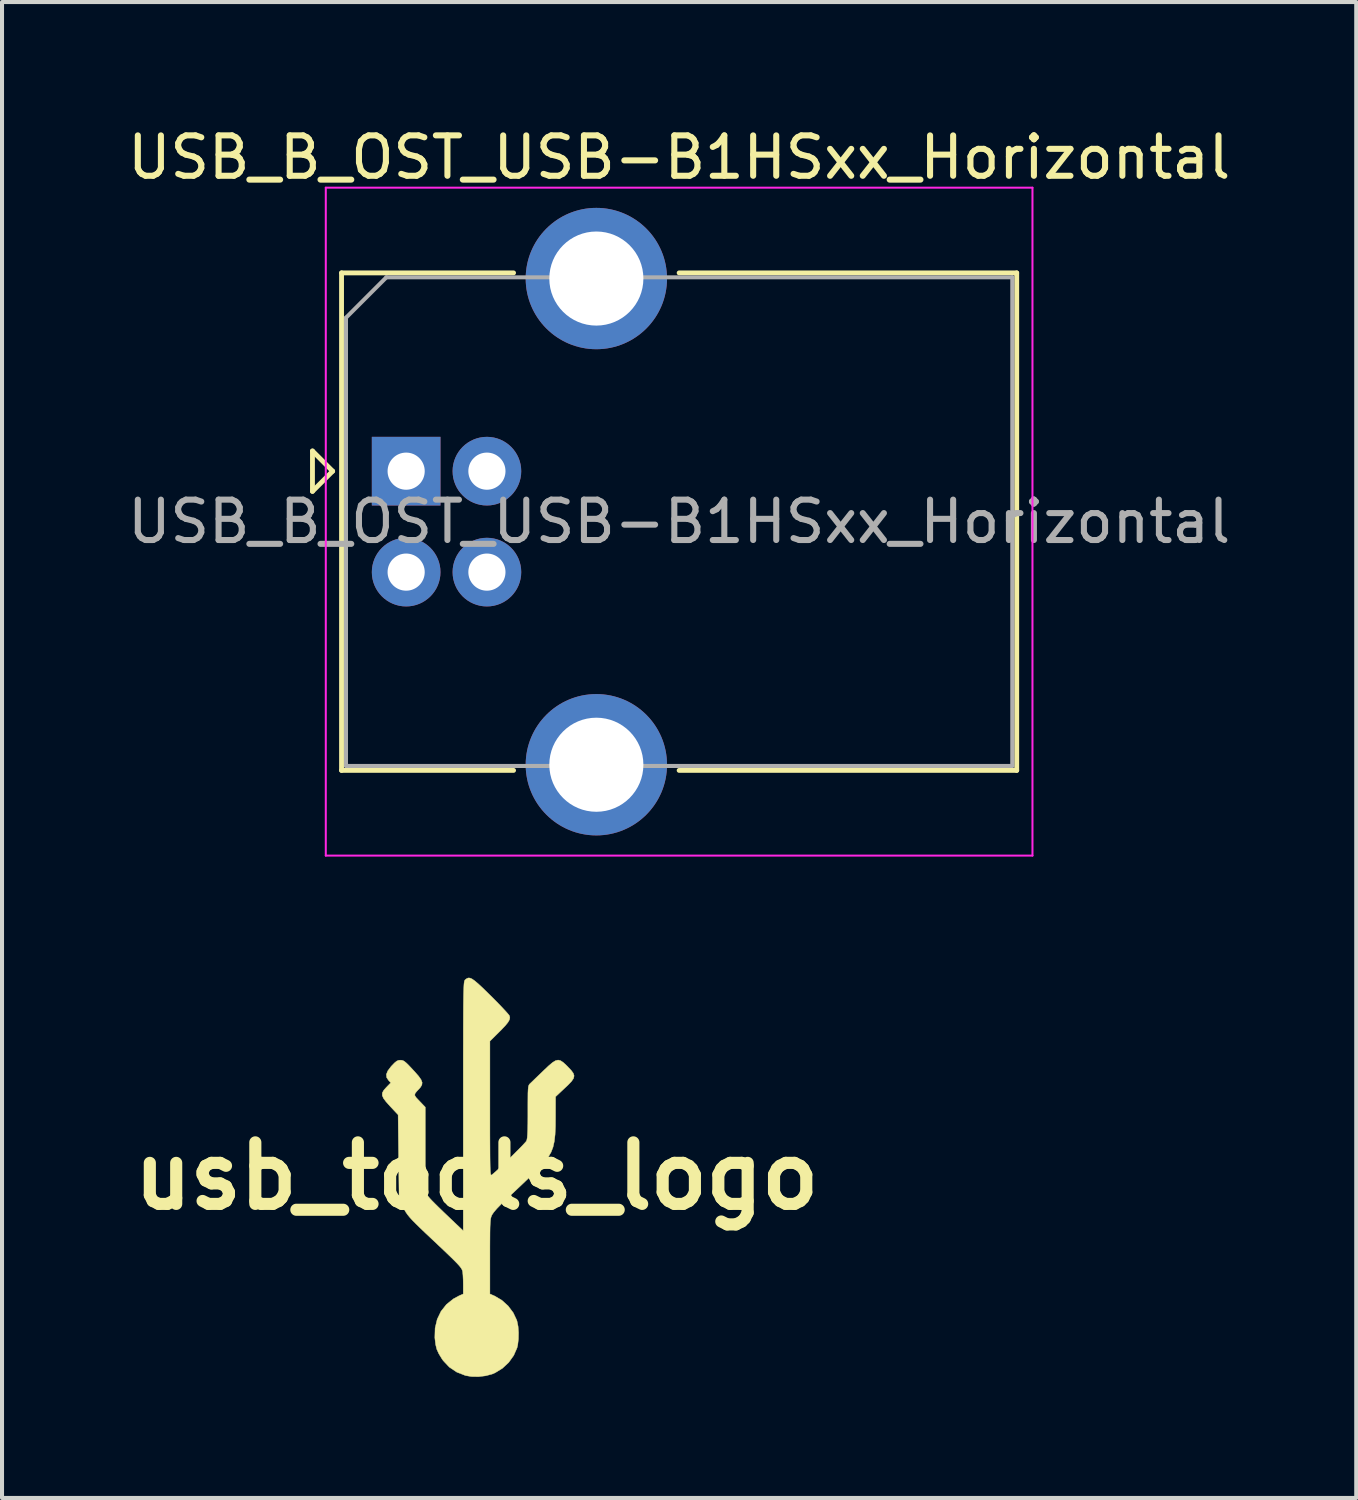
<source format=kicad_pcb>
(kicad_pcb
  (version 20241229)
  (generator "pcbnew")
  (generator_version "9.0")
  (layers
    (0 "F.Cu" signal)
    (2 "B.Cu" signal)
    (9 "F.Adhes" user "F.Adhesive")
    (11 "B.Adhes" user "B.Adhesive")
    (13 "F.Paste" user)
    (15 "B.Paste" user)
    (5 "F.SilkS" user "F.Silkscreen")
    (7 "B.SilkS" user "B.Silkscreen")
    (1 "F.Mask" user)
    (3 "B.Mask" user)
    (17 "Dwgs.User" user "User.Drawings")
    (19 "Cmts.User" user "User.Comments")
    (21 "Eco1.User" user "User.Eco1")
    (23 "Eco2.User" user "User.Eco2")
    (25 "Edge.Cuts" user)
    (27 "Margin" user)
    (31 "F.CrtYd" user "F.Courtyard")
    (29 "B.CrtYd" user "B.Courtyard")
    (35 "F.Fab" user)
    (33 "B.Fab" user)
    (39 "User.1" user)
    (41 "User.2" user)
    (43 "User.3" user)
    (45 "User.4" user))
  (footprint "USB_B_OST_USB-B1HSxx_Horizontal"
    (layer "F.Cu")
    (at 7.008 8.618)
    (property "Reference" "USB_B_OST_USB-B1HSxx_Horizontal" (at 6.76 -7.77 0) (layer "F.SilkS") (effects (font (size 1 1) (thickness 0.15))))
    (attr through_hole)
    (fp_line (start -2.32 -0.5) (end -2.32 0.5) (stroke (width 0.12) (type solid)) (layer "F.SilkS"))
    (fp_line (start -2.32 0.5) (end -1.82 0) (stroke (width 0.12) (type solid)) (layer "F.SilkS"))
    (fp_line (start -1.82 0) (end -2.32 -0.5) (stroke (width 0.12) (type solid)) (layer "F.SilkS"))
    (fp_line (start -1.6 -4.91) (end -1.6 7.41) (stroke (width 0.12) (type solid)) (layer "F.SilkS"))
    (fp_line (start -1.6 7.41) (end 2.66 7.41) (stroke (width 0.12) (type solid)) (layer "F.SilkS"))
    (fp_line (start 2.66 -4.91) (end -1.6 -4.91) (stroke (width 0.12) (type solid)) (layer "F.SilkS"))
    (fp_line (start 6.76 -4.91) (end 15.12 -4.91) (stroke (width 0.12) (type solid)) (layer "F.SilkS"))
    (fp_line (start 15.12 -4.91) (end 15.12 7.41) (stroke (width 0.12) (type solid)) (layer "F.SilkS"))
    (fp_line (start 15.12 7.41) (end 6.76 7.41) (stroke (width 0.12) (type solid)) (layer "F.SilkS"))
    (fp_line (start -1.99 -7.02) (end -1.99 9.52) (stroke (width 0.05) (type solid)) (layer "F.CrtYd"))
    (fp_line (start -1.99 9.52) (end 15.51 9.52) (stroke (width 0.05) (type solid)) (layer "F.CrtYd"))
    (fp_line (start 15.51 -7.02) (end -1.99 -7.02) (stroke (width 0.05) (type solid)) (layer "F.CrtYd"))
    (fp_line (start 15.51 9.52) (end 15.51 -7.02) (stroke (width 0.05) (type solid)) (layer "F.CrtYd"))
    (fp_line (start -1.49 -3.8) (end -0.49 -4.8) (stroke (width 0.1) (type solid)) (layer "F.Fab"))
    (fp_line (start -1.49 7.3) (end -1.49 -3.8) (stroke (width 0.1) (type solid)) (layer "F.Fab"))
    (fp_line (start -0.49 -4.8) (end 15.01 -4.8) (stroke (width 0.1) (type solid)) (layer "F.Fab"))
    (fp_line (start 15.01 -4.8) (end 15.01 7.3) (stroke (width 0.1) (type solid)) (layer "F.Fab"))
    (fp_line (start 15.01 7.3) (end -1.49 7.3) (stroke (width 0.1) (type solid)) (layer "F.Fab"))
    (fp_text user "${REFERENCE}" (at 6.76 1.25 0) (layer "F.Fab") (effects (font (size 1 1) (thickness 0.15))))
    (pad "0" thru_hole circle (at 4.71 -4.77) (size 3.5 3.5) (drill 2.33) (layers "*.Cu" "*.Mask"))
    (pad "0" thru_hole circle (at 4.71 7.27) (size 3.5 3.5) (drill 2.33) (layers "*.Cu" "*.Mask"))
    (pad "1" thru_hole rect (at 0 0) (size 1.7 1.7) (drill 0.92) (layers "*.Cu" "*.Mask"))
    (pad "2" thru_hole circle (at 0 2.5) (size 1.7 1.7) (drill 0.92) (layers "*.Cu" "*.Mask"))
    (pad "3" thru_hole circle (at 2 2.5) (size 1.7 1.7) (drill 0.92) (layers "*.Cu" "*.Mask"))
    (pad "4" thru_hole circle (at 2 0) (size 1.7 1.7) (drill 0.92) (layers "*.Cu" "*.Mask")))
  (footprint "usb_tools_logo"
    (layer "F.Cu")
    (at 8.752 26.074)
    (property "Reference" "usb_tools_logo" (at 0 0 0) (layer "F.SilkS") (effects (font (size 1.524 1.524) (thickness 0.3))))
    (attr through_hole)
    (fp_poly (pts (xy -0.165 -4.904) (xy -0.113 -4.882) (xy -0.047 -4.836) (xy 0.038 -4.764) (xy 0.147 -4.663) (xy 0.284 -4.529) (xy 0.35 -4.464) (xy 0.474 -4.34) (xy 0.587 -4.224) (xy 0.682 -4.123) (xy 0.756 -4.042) (xy 0.802 -3.987) (xy 0.815 -3.967) (xy 0.824 -3.921) (xy 0.813 -3.87) (xy 0.778 -3.808) (xy 0.714 -3.729) (xy 0.618 -3.627) (xy 0.548 -3.557) (xy 0.33 -3.341) (xy 0.33 -1.669) (xy 0.33 -1.337) (xy 0.33 -1.052) (xy 0.331 -0.811) (xy 0.332 -0.61) (xy 0.333 -0.446) (xy 0.335 -0.314) (xy 0.337 -0.213) (xy 0.34 -0.137) (xy 0.344 -0.084) (xy 0.349 -0.05) (xy 0.355 -0.031) (xy 0.363 -0.025) (xy 0.371 -0.026) (xy 0.377 -0.03) (xy 0.425 -0.069) (xy 0.498 -0.134) (xy 0.591 -0.22) (xy 0.696 -0.321) (xy 0.808 -0.429) (xy 0.919 -0.538) (xy 1.023 -0.642) (xy 1.114 -0.734) (xy 1.183 -0.808) (xy 1.226 -0.856) (xy 1.234 -0.869) (xy 1.246 -0.902) (xy 1.255 -0.955) (xy 1.261 -1.035) (xy 1.266 -1.146) (xy 1.269 -1.294) (xy 1.27 -1.484) (xy 1.27 -1.587) (xy 1.27 -1.786) (xy 1.271 -1.939) (xy 1.272 -2.055) (xy 1.276 -2.139) (xy 1.281 -2.197) (xy 1.289 -2.236) (xy 1.301 -2.262) (xy 1.316 -2.281) (xy 1.329 -2.294) (xy 1.368 -2.331) (xy 1.435 -2.396) (xy 1.522 -2.48) (xy 1.621 -2.575) (xy 1.657 -2.61) (xy 1.781 -2.727) (xy 1.877 -2.809) (xy 1.953 -2.857) (xy 2.019 -2.873) (xy 2.08 -2.858) (xy 2.146 -2.814) (xy 2.225 -2.741) (xy 2.255 -2.711) (xy 2.341 -2.62) (xy 2.395 -2.547) (xy 2.415 -2.483) (xy 2.401 -2.419) (xy 2.351 -2.345) (xy 2.264 -2.254) (xy 2.184 -2.179) (xy 1.956 -1.965) (xy 1.955 -1.472) (xy 1.953 -1.228) (xy 1.944 -1.027) (xy 1.925 -0.859) (xy 1.893 -0.716) (xy 1.844 -0.589) (xy 1.775 -0.47) (xy 1.683 -0.349) (xy 1.564 -0.219) (xy 1.415 -0.07) (xy 1.408 -0.064) (xy 1.269 0.07) (xy 1.113 0.219) (xy 0.956 0.368) (xy 0.812 0.503) (xy 0.752 0.559) (xy 0.614 0.691) (xy 0.503 0.805) (xy 0.425 0.897) (xy 0.383 0.959) (xy 0.369 0.989) (xy 0.358 1.02) (xy 0.349 1.059) (xy 0.343 1.111) (xy 0.338 1.181) (xy 0.334 1.274) (xy 0.332 1.397) (xy 0.331 1.554) (xy 0.33 1.75) (xy 0.33 1.992) (xy 0.33 2.919) (xy 0.449 2.971) (xy 0.625 3.075) (xy 0.781 3.216) (xy 0.908 3.385) (xy 0.995 3.57) (xy 1.002 3.594) (xy 1.028 3.722) (xy 1.039 3.877) (xy 1.036 4.038) (xy 1.019 4.184) (xy 1.002 4.255) (xy 0.92 4.442) (xy 0.797 4.614) (xy 0.641 4.76) (xy 0.461 4.871) (xy 0.387 4.903) (xy 0.227 4.946) (xy 0.049 4.968) (xy -0.128 4.965) (xy -0.274 4.94) (xy -0.49 4.856) (xy -0.675 4.732) (xy -0.826 4.572) (xy -0.859 4.525) (xy -0.935 4.4) (xy -0.985 4.29) (xy -1.014 4.173) (xy -1.031 4.03) (xy -1.034 4) (xy -1.027 3.764) (xy -0.975 3.546) (xy -0.881 3.35) (xy -0.747 3.18) (xy -0.576 3.042) (xy -0.438 2.967) (xy -0.33 2.919) (xy -0.33 2.682) (xy -0.332 2.566) (xy -0.337 2.46) (xy -0.344 2.381) (xy -0.347 2.361) (xy -0.355 2.331) (xy -0.371 2.299) (xy -0.397 2.26) (xy -0.437 2.211) (xy -0.495 2.149) (xy -0.574 2.069) (xy -0.678 1.968) (xy -0.81 1.841) (xy -0.973 1.687) (xy -1.092 1.575) (xy -1.262 1.415) (xy -1.399 1.284) (xy -1.507 1.178) (xy -1.592 1.092) (xy -1.658 1.019) (xy -1.709 0.956) (xy -1.75 0.897) (xy -1.785 0.837) (xy -1.819 0.771) (xy -1.823 0.763) (xy -1.918 0.574) (xy -1.943 -1.517) (xy -2.14 -1.727) (xy -2.241 -1.84) (xy -2.306 -1.927) (xy -2.336 -1.998) (xy -2.333 -2.062) (xy -2.298 -2.126) (xy -2.233 -2.199) (xy -2.23 -2.202) (xy -2.124 -2.311) (xy -2.18 -2.37) (xy -2.227 -2.441) (xy -2.234 -2.518) (xy -2.199 -2.605) (xy -2.121 -2.709) (xy -2.106 -2.726) (xy -2.032 -2.803) (xy -1.978 -2.847) (xy -1.93 -2.867) (xy -1.894 -2.87) (xy -1.855 -2.868) (xy -1.82 -2.859) (xy -1.783 -2.837) (xy -1.735 -2.797) (xy -1.671 -2.733) (xy -1.583 -2.639) (xy -1.53 -2.582) (xy -1.434 -2.472) (xy -1.374 -2.386) (xy -1.348 -2.317) (xy -1.355 -2.257) (xy -1.391 -2.197) (xy -1.416 -2.168) (xy -1.487 -2.092) (xy -1.525 -2.041) (xy -1.53 -1.998) (xy -1.502 -1.951) (xy -1.441 -1.885) (xy -1.413 -1.856) (xy -1.27 -1.706) (xy -1.27 -0.674) (xy -1.27 -0.406) (xy -1.269 -0.185) (xy -1.267 -0.005) (xy -1.264 0.138) (xy -1.26 0.248) (xy -1.254 0.33) (xy -1.248 0.389) (xy -1.239 0.428) (xy -1.234 0.443) (xy -1.22 0.471) (xy -1.197 0.505) (xy -1.161 0.548) (xy -1.109 0.604) (xy -1.037 0.677) (xy -0.942 0.771) (xy -0.82 0.889) (xy -0.668 1.034) (xy -0.502 1.192) (xy -0.33 1.355) (xy -0.33 -1.732) (xy -0.33 -2.192) (xy -0.33 -2.605) (xy -0.33 -2.972) (xy -0.329 -3.296) (xy -0.329 -3.581) (xy -0.328 -3.828) (xy -0.327 -4.04) (xy -0.326 -4.22) (xy -0.324 -4.371) (xy -0.322 -4.496) (xy -0.319 -4.597) (xy -0.316 -4.676) (xy -0.313 -4.737) (xy -0.309 -4.782) (xy -0.304 -4.814) (xy -0.298 -4.836) (xy -0.292 -4.849) (xy -0.286 -4.858) (xy -0.284 -4.86) (xy -0.245 -4.89) (xy -0.207 -4.906) (xy -0.165 -4.904)) (stroke (width 0.01) (type solid)) (fill yes) (layer "F.SilkS")))
  (gr_rect
    (start -3 -3)
    (end 30.536 34.046)
    (stroke (width 0.1) (type default))
    (fill no)
    (layer "Edge.Cuts")))
</source>
